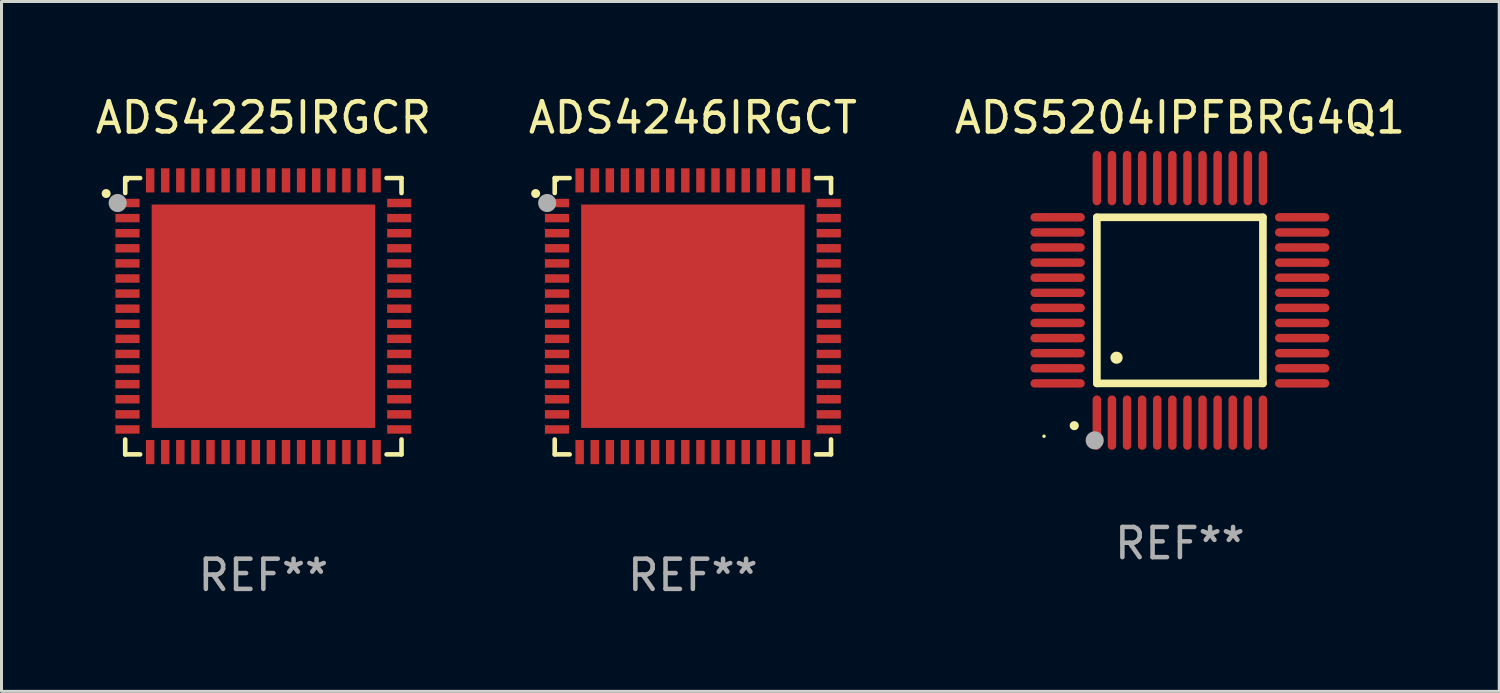
<source format=kicad_pcb>
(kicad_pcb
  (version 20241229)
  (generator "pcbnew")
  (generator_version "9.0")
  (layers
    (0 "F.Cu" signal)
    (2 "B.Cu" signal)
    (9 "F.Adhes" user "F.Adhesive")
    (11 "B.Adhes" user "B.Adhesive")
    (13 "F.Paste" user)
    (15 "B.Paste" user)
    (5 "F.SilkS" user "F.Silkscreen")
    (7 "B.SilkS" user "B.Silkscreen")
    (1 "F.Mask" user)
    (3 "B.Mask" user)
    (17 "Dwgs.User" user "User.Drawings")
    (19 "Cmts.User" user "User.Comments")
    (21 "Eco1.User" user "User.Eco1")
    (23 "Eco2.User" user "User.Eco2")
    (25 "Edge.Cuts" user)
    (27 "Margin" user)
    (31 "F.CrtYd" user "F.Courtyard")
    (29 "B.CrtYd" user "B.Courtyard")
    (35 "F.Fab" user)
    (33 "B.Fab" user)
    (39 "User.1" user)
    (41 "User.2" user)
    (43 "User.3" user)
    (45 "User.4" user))
  (footprint "ADS5204IPFBRG4Q1"
    (layer "F.Cu")
    (at 36.03 6.898)
    (property "Reference" "ADS5204IPFBRG4Q1" (at 0 -6.05 0) (layer "F.SilkS") (effects (font (size 1 1) (thickness 0.15))))
    (attr through_hole)
    (fp_line (start -2.75 -2.75) (end 2.75 -2.75) (stroke (width 0.254) (type solid)) (layer "F.SilkS"))
    (fp_line (start -2.75 2.75) (end -2.75 -2.75) (stroke (width 0.254) (type solid)) (layer "F.SilkS"))
    (fp_line (start 2.75 -2.75) (end 2.75 2.75) (stroke (width 0.254) (type solid)) (layer "F.SilkS"))
    (fp_line (start 2.75 2.75) (end -2.75 2.75) (stroke (width 0.254) (type solid)) (layer "F.SilkS"))
    (fp_arc (start -3.500127 4.150368) (mid -3.498857 4.150363) (end -3.497587 4.150368) (stroke (width 0.3) (type solid)) (layer "F.SilkS"))
    (fp_arc (start -2.100584 1.899924) (mid -2.098044 1.899908) (end -2.095504 1.899924) (stroke (width 0.4) (type solid)) (layer "F.SilkS"))
    (fp_circle (center -4.5 4.5) (end -4.47 4.5) (stroke (width 0.06) (type solid)) (fill no) (layer "F.SilkS"))
    (fp_circle (center -2.822 4.638) (end -2.672 4.638) (stroke (width 0.3) (type solid)) (fill no) (layer "F.Fab"))
    (fp_text user "REF**" (at 0 8.05 0) (layer "F.Fab") (effects (font (size 1 1) (thickness 0.15))))
    (pad "1" smd oval (at -2.75 4.05) (size 0.28 1.8) (layers "F.Cu" "F.Mask" "F.Paste"))
    (pad "2" smd oval (at -2.25 4.05) (size 0.28 1.8) (layers "F.Cu" "F.Mask" "F.Paste"))
    (pad "3" smd oval (at -1.75 4.05) (size 0.28 1.8) (layers "F.Cu" "F.Mask" "F.Paste"))
    (pad "4" smd oval (at -1.25 4.05) (size 0.28 1.8) (layers "F.Cu" "F.Mask" "F.Paste"))
    (pad "5" smd oval (at -0.75 4.05) (size 0.28 1.8) (layers "F.Cu" "F.Mask" "F.Paste"))
    (pad "6" smd oval (at -0.25 4.05) (size 0.28 1.8) (layers "F.Cu" "F.Mask" "F.Paste"))
    (pad "7" smd oval (at 0.25 4.05) (size 0.28 1.8) (layers "F.Cu" "F.Mask" "F.Paste"))
    (pad "8" smd oval (at 0.75 4.05) (size 0.28 1.8) (layers "F.Cu" "F.Mask" "F.Paste"))
    (pad "9" smd oval (at 1.25 4.05) (size 0.28 1.8) (layers "F.Cu" "F.Mask" "F.Paste"))
    (pad "10" smd oval (at 1.75 4.05) (size 0.28 1.8) (layers "F.Cu" "F.Mask" "F.Paste"))
    (pad "11" smd oval (at 2.25 4.05) (size 0.28 1.8) (layers "F.Cu" "F.Mask" "F.Paste"))
    (pad "12" smd oval (at 2.75 4.05) (size 0.28 1.8) (layers "F.Cu" "F.Mask" "F.Paste"))
    (pad "13" smd oval (at 4.05 2.75) (size 1.8 0.28) (layers "F.Cu" "F.Mask" "F.Paste"))
    (pad "14" smd oval (at 4.05 2.25) (size 1.8 0.28) (layers "F.Cu" "F.Mask" "F.Paste"))
    (pad "15" smd oval (at 4.05 1.75) (size 1.8 0.28) (layers "F.Cu" "F.Mask" "F.Paste"))
    (pad "16" smd oval (at 4.05 1.25) (size 1.8 0.28) (layers "F.Cu" "F.Mask" "F.Paste"))
    (pad "17" smd oval (at 4.05 0.75) (size 1.8 0.28) (layers "F.Cu" "F.Mask" "F.Paste"))
    (pad "18" smd oval (at 4.05 0.25) (size 1.8 0.28) (layers "F.Cu" "F.Mask" "F.Paste"))
    (pad "19" smd oval (at 4.05 -0.25) (size 1.8 0.28) (layers "F.Cu" "F.Mask" "F.Paste"))
    (pad "20" smd oval (at 4.05 -0.75) (size 1.8 0.28) (layers "F.Cu" "F.Mask" "F.Paste"))
    (pad "21" smd oval (at 4.05 -1.25) (size 1.8 0.28) (layers "F.Cu" "F.Mask" "F.Paste"))
    (pad "22" smd oval (at 4.05 -1.75) (size 1.8 0.28) (layers "F.Cu" "F.Mask" "F.Paste"))
    (pad "23" smd oval (at 4.05 -2.25) (size 1.8 0.28) (layers "F.Cu" "F.Mask" "F.Paste"))
    (pad "24" smd oval (at 4.05 -2.75) (size 1.8 0.28) (layers "F.Cu" "F.Mask" "F.Paste"))
    (pad "25" smd oval (at 2.75 -4.05) (size 0.28 1.8) (layers "F.Cu" "F.Mask" "F.Paste"))
    (pad "26" smd oval (at 2.25 -4.05) (size 0.28 1.8) (layers "F.Cu" "F.Mask" "F.Paste"))
    (pad "27" smd oval (at 1.75 -4.05) (size 0.28 1.8) (layers "F.Cu" "F.Mask" "F.Paste"))
    (pad "28" smd oval (at 1.25 -4.05) (size 0.28 1.8) (layers "F.Cu" "F.Mask" "F.Paste"))
    (pad "29" smd oval (at 0.75 -4.05) (size 0.28 1.8) (layers "F.Cu" "F.Mask" "F.Paste"))
    (pad "30" smd oval (at 0.25 -4.05) (size 0.28 1.8) (layers "F.Cu" "F.Mask" "F.Paste"))
    (pad "31" smd oval (at -0.25 -4.05) (size 0.28 1.8) (layers "F.Cu" "F.Mask" "F.Paste"))
    (pad "32" smd oval (at -0.75 -4.05) (size 0.28 1.8) (layers "F.Cu" "F.Mask" "F.Paste"))
    (pad "33" smd oval (at -1.25 -4.05) (size 0.28 1.8) (layers "F.Cu" "F.Mask" "F.Paste"))
    (pad "34" smd oval (at -1.75 -4.05) (size 0.28 1.8) (layers "F.Cu" "F.Mask" "F.Paste"))
    (pad "35" smd oval (at -2.25 -4.05) (size 0.28 1.8) (layers "F.Cu" "F.Mask" "F.Paste"))
    (pad "36" smd oval (at -2.75 -4.05) (size 0.28 1.8) (layers "F.Cu" "F.Mask" "F.Paste"))
    (pad "37" smd oval (at -4.05 -2.75) (size 1.8 0.28) (layers "F.Cu" "F.Mask" "F.Paste"))
    (pad "38" smd oval (at -4.05 -2.25) (size 1.8 0.28) (layers "F.Cu" "F.Mask" "F.Paste"))
    (pad "39" smd oval (at -4.05 -1.75) (size 1.8 0.28) (layers "F.Cu" "F.Mask" "F.Paste"))
    (pad "40" smd oval (at -4.05 -1.25) (size 1.8 0.28) (layers "F.Cu" "F.Mask" "F.Paste"))
    (pad "41" smd oval (at -4.05 -0.75) (size 1.8 0.28) (layers "F.Cu" "F.Mask" "F.Paste"))
    (pad "42" smd oval (at -4.05 -0.25) (size 1.8 0.28) (layers "F.Cu" "F.Mask" "F.Paste"))
    (pad "43" smd oval (at -4.05 0.25) (size 1.8 0.28) (layers "F.Cu" "F.Mask" "F.Paste"))
    (pad "44" smd oval (at -4.05 0.75) (size 1.8 0.28) (layers "F.Cu" "F.Mask" "F.Paste"))
    (pad "45" smd oval (at -4.05 1.25) (size 1.8 0.28) (layers "F.Cu" "F.Mask" "F.Paste"))
    (pad "46" smd oval (at -4.05 1.75) (size 1.8 0.28) (layers "F.Cu" "F.Mask" "F.Paste"))
    (pad "47" smd oval (at -4.05 2.25) (size 1.8 0.28) (layers "F.Cu" "F.Mask" "F.Paste"))
    (pad "48" smd oval (at -4.05 2.75) (size 1.8 0.28) (layers "F.Cu" "F.Mask" "F.Paste")))
  (footprint "ADS4246IRGCT"
    (layer "F.Cu")
    (at 19.899 7.424)
    (property "Reference" "ADS4246IRGCT" (at 0 -6.576 0) (layer "F.SilkS") (effects (font (size 1 1) (thickness 0.15))))
    (attr through_hole)
    (fp_line (start -4.576 -4.576) (end -4.576 -4.081) (stroke (width 0.152) (type solid)) (layer "F.SilkS"))
    (fp_line (start -4.576 4.576) (end -4.576 4.081) (stroke (width 0.152) (type solid)) (layer "F.SilkS"))
    (fp_line (start -4.081 -4.576) (end -4.576 -4.576) (stroke (width 0.152) (type solid)) (layer "F.SilkS"))
    (fp_line (start -4.081 4.576) (end -4.576 4.576) (stroke (width 0.152) (type solid)) (layer "F.SilkS"))
    (fp_line (start 4.081 -4.576) (end 4.576 -4.576) (stroke (width 0.152) (type solid)) (layer "F.SilkS"))
    (fp_line (start 4.081 4.576) (end 4.576 4.576) (stroke (width 0.152) (type solid)) (layer "F.SilkS"))
    (fp_line (start 4.576 -4.576) (end 4.576 -4.081) (stroke (width 0.152) (type solid)) (layer "F.SilkS"))
    (fp_line (start 4.576 4.576) (end 4.576 4.081) (stroke (width 0.152) (type solid)) (layer "F.SilkS"))
    (fp_circle (center -5.207 -4.064) (end -5.132 -4.064) (stroke (width 0.15) (type solid)) (fill no) (layer "F.SilkS"))
    (fp_circle (center -4.5 -4.5) (end -4.47 -4.5) (stroke (width 0.06) (type solid)) (fill no) (layer "F.SilkS"))
    (fp_circle (center -4.826 -3.75) (end -4.676 -3.75) (stroke (width 0.3) (type solid)) (fill no) (layer "F.Fab"))
    (fp_text user "REF**" (at 0 8.576 0) (layer "F.Fab") (effects (font (size 1 1) (thickness 0.15))))
    (pad "1" smd rect (at -4.5 -3.75) (size 0.8 0.28) (layers "F.Cu" "F.Mask" "F.Paste"))
    (pad "2" smd rect (at -4.5 -3.25) (size 0.8 0.28) (layers "F.Cu" "F.Mask" "F.Paste"))
    (pad "3" smd rect (at -4.5 -2.75) (size 0.8 0.28) (layers "F.Cu" "F.Mask" "F.Paste"))
    (pad "4" smd rect (at -4.5 -2.25) (size 0.8 0.28) (layers "F.Cu" "F.Mask" "F.Paste"))
    (pad "5" smd rect (at -4.5 -1.75) (size 0.8 0.28) (layers "F.Cu" "F.Mask" "F.Paste"))
    (pad "6" smd rect (at -4.5 -1.25) (size 0.8 0.28) (layers "F.Cu" "F.Mask" "F.Paste"))
    (pad "7" smd rect (at -4.5 -0.75) (size 0.8 0.28) (layers "F.Cu" "F.Mask" "F.Paste"))
    (pad "8" smd rect (at -4.5 -0.25) (size 0.8 0.28) (layers "F.Cu" "F.Mask" "F.Paste"))
    (pad "9" smd rect (at -4.5 0.25) (size 0.8 0.28) (layers "F.Cu" "F.Mask" "F.Paste"))
    (pad "10" smd rect (at -4.5 0.75) (size 0.8 0.28) (layers "F.Cu" "F.Mask" "F.Paste"))
    (pad "11" smd rect (at -4.5 1.25) (size 0.8 0.28) (layers "F.Cu" "F.Mask" "F.Paste"))
    (pad "12" smd rect (at -4.5 1.75) (size 0.8 0.28) (layers "F.Cu" "F.Mask" "F.Paste"))
    (pad "13" smd rect (at -4.5 2.25) (size 0.8 0.28) (layers "F.Cu" "F.Mask" "F.Paste"))
    (pad "14" smd rect (at -4.5 2.75) (size 0.8 0.28) (layers "F.Cu" "F.Mask" "F.Paste"))
    (pad "15" smd rect (at -4.5 3.25) (size 0.8 0.28) (layers "F.Cu" "F.Mask" "F.Paste"))
    (pad "16" smd rect (at -4.5 3.75) (size 0.8 0.28) (layers "F.Cu" "F.Mask" "F.Paste"))
    (pad "17" smd rect (at -3.75 4.5) (size 0.28 0.8) (layers "F.Cu" "F.Mask" "F.Paste"))
    (pad "18" smd rect (at -3.25 4.5) (size 0.28 0.8) (layers "F.Cu" "F.Mask" "F.Paste"))
    (pad "19" smd rect (at -2.75 4.5) (size 0.28 0.8) (layers "F.Cu" "F.Mask" "F.Paste"))
    (pad "20" smd rect (at -2.25 4.5) (size 0.28 0.8) (layers "F.Cu" "F.Mask" "F.Paste"))
    (pad "21" smd rect (at -1.75 4.5) (size 0.28 0.8) (layers "F.Cu" "F.Mask" "F.Paste"))
    (pad "22" smd rect (at -1.25 4.5) (size 0.28 0.8) (layers "F.Cu" "F.Mask" "F.Paste"))
    (pad "23" smd rect (at -0.75 4.5) (size 0.28 0.8) (layers "F.Cu" "F.Mask" "F.Paste"))
    (pad "24" smd rect (at -0.25 4.5) (size 0.28 0.8) (layers "F.Cu" "F.Mask" "F.Paste"))
    (pad "25" smd rect (at 0.25 4.5) (size 0.28 0.8) (layers "F.Cu" "F.Mask" "F.Paste"))
    (pad "26" smd rect (at 0.75 4.5) (size 0.28 0.8) (layers "F.Cu" "F.Mask" "F.Paste"))
    (pad "27" smd rect (at 1.25 4.5) (size 0.28 0.8) (layers "F.Cu" "F.Mask" "F.Paste"))
    (pad "28" smd rect (at 1.75 4.5) (size 0.28 0.8) (layers "F.Cu" "F.Mask" "F.Paste"))
    (pad "29" smd rect (at 2.25 4.5) (size 0.28 0.8) (layers "F.Cu" "F.Mask" "F.Paste"))
    (pad "30" smd rect (at 2.75 4.5) (size 0.28 0.8) (layers "F.Cu" "F.Mask" "F.Paste"))
    (pad "31" smd rect (at 3.25 4.5) (size 0.28 0.8) (layers "F.Cu" "F.Mask" "F.Paste"))
    (pad "32" smd rect (at 3.75 4.5) (size 0.28 0.8) (layers "F.Cu" "F.Mask" "F.Paste"))
    (pad "33" smd rect (at 4.5 3.75) (size 0.8 0.28) (layers "F.Cu" "F.Mask" "F.Paste"))
    (pad "34" smd rect (at 4.5 3.25) (size 0.8 0.28) (layers "F.Cu" "F.Mask" "F.Paste"))
    (pad "35" smd rect (at 4.5 2.75) (size 0.8 0.28) (layers "F.Cu" "F.Mask" "F.Paste"))
    (pad "36" smd rect (at 4.5 2.25) (size 0.8 0.28) (layers "F.Cu" "F.Mask" "F.Paste"))
    (pad "37" smd rect (at 4.5 1.75) (size 0.8 0.28) (layers "F.Cu" "F.Mask" "F.Paste"))
    (pad "38" smd rect (at 4.5 1.25) (size 0.8 0.28) (layers "F.Cu" "F.Mask" "F.Paste"))
    (pad "39" smd rect (at 4.5 0.75) (size 0.8 0.28) (layers "F.Cu" "F.Mask" "F.Paste"))
    (pad "40" smd rect (at 4.5 0.25) (size 0.8 0.28) (layers "F.Cu" "F.Mask" "F.Paste"))
    (pad "41" smd rect (at 4.5 -0.25) (size 0.8 0.28) (layers "F.Cu" "F.Mask" "F.Paste"))
    (pad "42" smd rect (at 4.5 -0.75) (size 0.8 0.28) (layers "F.Cu" "F.Mask" "F.Paste"))
    (pad "43" smd rect (at 4.5 -1.25) (size 0.8 0.28) (layers "F.Cu" "F.Mask" "F.Paste"))
    (pad "44" smd rect (at 4.5 -1.75) (size 0.8 0.28) (layers "F.Cu" "F.Mask" "F.Paste"))
    (pad "45" smd rect (at 4.5 -2.25) (size 0.8 0.28) (layers "F.Cu" "F.Mask" "F.Paste"))
    (pad "46" smd rect (at 4.5 -2.75) (size 0.8 0.28) (layers "F.Cu" "F.Mask" "F.Paste"))
    (pad "47" smd rect (at 4.5 -3.25) (size 0.8 0.28) (layers "F.Cu" "F.Mask" "F.Paste"))
    (pad "48" smd rect (at 4.5 -3.75) (size 0.8 0.28) (layers "F.Cu" "F.Mask" "F.Paste"))
    (pad "49" smd rect (at 3.75 -4.5) (size 0.28 0.8) (layers "F.Cu" "F.Mask" "F.Paste"))
    (pad "50" smd rect (at 3.25 -4.5) (size 0.28 0.8) (layers "F.Cu" "F.Mask" "F.Paste"))
    (pad "51" smd rect (at 2.75 -4.5) (size 0.28 0.8) (layers "F.Cu" "F.Mask" "F.Paste"))
    (pad "52" smd rect (at 2.25 -4.5) (size 0.28 0.8) (layers "F.Cu" "F.Mask" "F.Paste"))
    (pad "53" smd rect (at 1.75 -4.5) (size 0.28 0.8) (layers "F.Cu" "F.Mask" "F.Paste"))
    (pad "54" smd rect (at 1.25 -4.5) (size 0.28 0.8) (layers "F.Cu" "F.Mask" "F.Paste"))
    (pad "55" smd rect (at 0.75 -4.5) (size 0.28 0.8) (layers "F.Cu" "F.Mask" "F.Paste"))
    (pad "56" smd rect (at 0.25 -4.5) (size 0.28 0.8) (layers "F.Cu" "F.Mask" "F.Paste"))
    (pad "57" smd rect (at -0.25 -4.5) (size 0.28 0.8) (layers "F.Cu" "F.Mask" "F.Paste"))
    (pad "58" smd rect (at -0.75 -4.5) (size 0.28 0.8) (layers "F.Cu" "F.Mask" "F.Paste"))
    (pad "59" smd rect (at -1.25 -4.5) (size 0.28 0.8) (layers "F.Cu" "F.Mask" "F.Paste"))
    (pad "60" smd rect (at -1.75 -4.5) (size 0.28 0.8) (layers "F.Cu" "F.Mask" "F.Paste"))
    (pad "61" smd rect (at -2.25 -4.5) (size 0.28 0.8) (layers "F.Cu" "F.Mask" "F.Paste"))
    (pad "62" smd rect (at -2.75 -4.5) (size 0.28 0.8) (layers "F.Cu" "F.Mask" "F.Paste"))
    (pad "63" smd rect (at -3.25 -4.5) (size 0.28 0.8) (layers "F.Cu" "F.Mask" "F.Paste"))
    (pad "64" smd rect (at -3.75 -4.5) (size 0.28 0.8) (layers "F.Cu" "F.Mask" "F.Paste"))
    (pad "65" smd rect (at 0 0) (size 7.4 7.4) (layers "F.Cu" "F.Mask" "F.Paste")))
  (footprint "ADS4225IRGCR"
    (layer "F.Cu")
    (at 5.673 7.424)
    (property "Reference" "ADS4225IRGCR" (at 0 -6.576 0) (layer "F.SilkS") (effects (font (size 1 1) (thickness 0.15))))
    (attr through_hole)
    (fp_line (start -4.576 -4.576) (end -4.576 -4.081) (stroke (width 0.152) (type solid)) (layer "F.SilkS"))
    (fp_line (start -4.576 4.576) (end -4.576 4.081) (stroke (width 0.152) (type solid)) (layer "F.SilkS"))
    (fp_line (start -4.081 -4.576) (end -4.576 -4.576) (stroke (width 0.152) (type solid)) (layer "F.SilkS"))
    (fp_line (start -4.081 4.576) (end -4.576 4.576) (stroke (width 0.152) (type solid)) (layer "F.SilkS"))
    (fp_line (start 4.081 -4.576) (end 4.576 -4.576) (stroke (width 0.152) (type solid)) (layer "F.SilkS"))
    (fp_line (start 4.081 4.576) (end 4.576 4.576) (stroke (width 0.152) (type solid)) (layer "F.SilkS"))
    (fp_line (start 4.576 -4.576) (end 4.576 -4.081) (stroke (width 0.152) (type solid)) (layer "F.SilkS"))
    (fp_line (start 4.576 4.576) (end 4.576 4.081) (stroke (width 0.152) (type solid)) (layer "F.SilkS"))
    (fp_circle (center -5.207 -4.064) (end -5.132 -4.064) (stroke (width 0.15) (type solid)) (fill no) (layer "F.SilkS"))
    (fp_circle (center -4.5 -4.5) (end -4.47 -4.5) (stroke (width 0.06) (type solid)) (fill no) (layer "F.SilkS"))
    (fp_circle (center -4.826 -3.75) (end -4.676 -3.75) (stroke (width 0.3) (type solid)) (fill no) (layer "F.Fab"))
    (fp_text user "REF**" (at 0 8.576 0) (layer "F.Fab") (effects (font (size 1 1) (thickness 0.15))))
    (pad "1" smd rect (at -4.5 -3.75) (size 0.8 0.28) (layers "F.Cu" "F.Mask" "F.Paste"))
    (pad "2" smd rect (at -4.5 -3.25) (size 0.8 0.28) (layers "F.Cu" "F.Mask" "F.Paste"))
    (pad "3" smd rect (at -4.5 -2.75) (size 0.8 0.28) (layers "F.Cu" "F.Mask" "F.Paste"))
    (pad "4" smd rect (at -4.5 -2.25) (size 0.8 0.28) (layers "F.Cu" "F.Mask" "F.Paste"))
    (pad "5" smd rect (at -4.5 -1.75) (size 0.8 0.28) (layers "F.Cu" "F.Mask" "F.Paste"))
    (pad "6" smd rect (at -4.5 -1.25) (size 0.8 0.28) (layers "F.Cu" "F.Mask" "F.Paste"))
    (pad "7" smd rect (at -4.5 -0.75) (size 0.8 0.28) (layers "F.Cu" "F.Mask" "F.Paste"))
    (pad "8" smd rect (at -4.5 -0.25) (size 0.8 0.28) (layers "F.Cu" "F.Mask" "F.Paste"))
    (pad "9" smd rect (at -4.5 0.25) (size 0.8 0.28) (layers "F.Cu" "F.Mask" "F.Paste"))
    (pad "10" smd rect (at -4.5 0.75) (size 0.8 0.28) (layers "F.Cu" "F.Mask" "F.Paste"))
    (pad "11" smd rect (at -4.5 1.25) (size 0.8 0.28) (layers "F.Cu" "F.Mask" "F.Paste"))
    (pad "12" smd rect (at -4.5 1.75) (size 0.8 0.28) (layers "F.Cu" "F.Mask" "F.Paste"))
    (pad "13" smd rect (at -4.5 2.25) (size 0.8 0.28) (layers "F.Cu" "F.Mask" "F.Paste"))
    (pad "14" smd rect (at -4.5 2.75) (size 0.8 0.28) (layers "F.Cu" "F.Mask" "F.Paste"))
    (pad "15" smd rect (at -4.5 3.25) (size 0.8 0.28) (layers "F.Cu" "F.Mask" "F.Paste"))
    (pad "16" smd rect (at -4.5 3.75) (size 0.8 0.28) (layers "F.Cu" "F.Mask" "F.Paste"))
    (pad "17" smd rect (at -3.75 4.5) (size 0.28 0.8) (layers "F.Cu" "F.Mask" "F.Paste"))
    (pad "18" smd rect (at -3.25 4.5) (size 0.28 0.8) (layers "F.Cu" "F.Mask" "F.Paste"))
    (pad "19" smd rect (at -2.75 4.5) (size 0.28 0.8) (layers "F.Cu" "F.Mask" "F.Paste"))
    (pad "20" smd rect (at -2.25 4.5) (size 0.28 0.8) (layers "F.Cu" "F.Mask" "F.Paste"))
    (pad "21" smd rect (at -1.75 4.5) (size 0.28 0.8) (layers "F.Cu" "F.Mask" "F.Paste"))
    (pad "22" smd rect (at -1.25 4.5) (size 0.28 0.8) (layers "F.Cu" "F.Mask" "F.Paste"))
    (pad "23" smd rect (at -0.75 4.5) (size 0.28 0.8) (layers "F.Cu" "F.Mask" "F.Paste"))
    (pad "24" smd rect (at -0.25 4.5) (size 0.28 0.8) (layers "F.Cu" "F.Mask" "F.Paste"))
    (pad "25" smd rect (at 0.25 4.5) (size 0.28 0.8) (layers "F.Cu" "F.Mask" "F.Paste"))
    (pad "26" smd rect (at 0.75 4.5) (size 0.28 0.8) (layers "F.Cu" "F.Mask" "F.Paste"))
    (pad "27" smd rect (at 1.25 4.5) (size 0.28 0.8) (layers "F.Cu" "F.Mask" "F.Paste"))
    (pad "28" smd rect (at 1.75 4.5) (size 0.28 0.8) (layers "F.Cu" "F.Mask" "F.Paste"))
    (pad "29" smd rect (at 2.25 4.5) (size 0.28 0.8) (layers "F.Cu" "F.Mask" "F.Paste"))
    (pad "30" smd rect (at 2.75 4.5) (size 0.28 0.8) (layers "F.Cu" "F.Mask" "F.Paste"))
    (pad "31" smd rect (at 3.25 4.5) (size 0.28 0.8) (layers "F.Cu" "F.Mask" "F.Paste"))
    (pad "32" smd rect (at 3.75 4.5) (size 0.28 0.8) (layers "F.Cu" "F.Mask" "F.Paste"))
    (pad "33" smd rect (at 4.5 3.75) (size 0.8 0.28) (layers "F.Cu" "F.Mask" "F.Paste"))
    (pad "34" smd rect (at 4.5 3.25) (size 0.8 0.28) (layers "F.Cu" "F.Mask" "F.Paste"))
    (pad "35" smd rect (at 4.5 2.75) (size 0.8 0.28) (layers "F.Cu" "F.Mask" "F.Paste"))
    (pad "36" smd rect (at 4.5 2.25) (size 0.8 0.28) (layers "F.Cu" "F.Mask" "F.Paste"))
    (pad "37" smd rect (at 4.5 1.75) (size 0.8 0.28) (layers "F.Cu" "F.Mask" "F.Paste"))
    (pad "38" smd rect (at 4.5 1.25) (size 0.8 0.28) (layers "F.Cu" "F.Mask" "F.Paste"))
    (pad "39" smd rect (at 4.5 0.75) (size 0.8 0.28) (layers "F.Cu" "F.Mask" "F.Paste"))
    (pad "40" smd rect (at 4.5 0.25) (size 0.8 0.28) (layers "F.Cu" "F.Mask" "F.Paste"))
    (pad "41" smd rect (at 4.5 -0.25) (size 0.8 0.28) (layers "F.Cu" "F.Mask" "F.Paste"))
    (pad "42" smd rect (at 4.5 -0.75) (size 0.8 0.28) (layers "F.Cu" "F.Mask" "F.Paste"))
    (pad "43" smd rect (at 4.5 -1.25) (size 0.8 0.28) (layers "F.Cu" "F.Mask" "F.Paste"))
    (pad "44" smd rect (at 4.5 -1.75) (size 0.8 0.28) (layers "F.Cu" "F.Mask" "F.Paste"))
    (pad "45" smd rect (at 4.5 -2.25) (size 0.8 0.28) (layers "F.Cu" "F.Mask" "F.Paste"))
    (pad "46" smd rect (at 4.5 -2.75) (size 0.8 0.28) (layers "F.Cu" "F.Mask" "F.Paste"))
    (pad "47" smd rect (at 4.5 -3.25) (size 0.8 0.28) (layers "F.Cu" "F.Mask" "F.Paste"))
    (pad "48" smd rect (at 4.5 -3.75) (size 0.8 0.28) (layers "F.Cu" "F.Mask" "F.Paste"))
    (pad "49" smd rect (at 3.75 -4.5) (size 0.28 0.8) (layers "F.Cu" "F.Mask" "F.Paste"))
    (pad "50" smd rect (at 3.25 -4.5) (size 0.28 0.8) (layers "F.Cu" "F.Mask" "F.Paste"))
    (pad "51" smd rect (at 2.75 -4.5) (size 0.28 0.8) (layers "F.Cu" "F.Mask" "F.Paste"))
    (pad "52" smd rect (at 2.25 -4.5) (size 0.28 0.8) (layers "F.Cu" "F.Mask" "F.Paste"))
    (pad "53" smd rect (at 1.75 -4.5) (size 0.28 0.8) (layers "F.Cu" "F.Mask" "F.Paste"))
    (pad "54" smd rect (at 1.25 -4.5) (size 0.28 0.8) (layers "F.Cu" "F.Mask" "F.Paste"))
    (pad "55" smd rect (at 0.75 -4.5) (size 0.28 0.8) (layers "F.Cu" "F.Mask" "F.Paste"))
    (pad "56" smd rect (at 0.25 -4.5) (size 0.28 0.8) (layers "F.Cu" "F.Mask" "F.Paste"))
    (pad "57" smd rect (at -0.25 -4.5) (size 0.28 0.8) (layers "F.Cu" "F.Mask" "F.Paste"))
    (pad "58" smd rect (at -0.75 -4.5) (size 0.28 0.8) (layers "F.Cu" "F.Mask" "F.Paste"))
    (pad "59" smd rect (at -1.25 -4.5) (size 0.28 0.8) (layers "F.Cu" "F.Mask" "F.Paste"))
    (pad "60" smd rect (at -1.75 -4.5) (size 0.28 0.8) (layers "F.Cu" "F.Mask" "F.Paste"))
    (pad "61" smd rect (at -2.25 -4.5) (size 0.28 0.8) (layers "F.Cu" "F.Mask" "F.Paste"))
    (pad "62" smd rect (at -2.75 -4.5) (size 0.28 0.8) (layers "F.Cu" "F.Mask" "F.Paste"))
    (pad "63" smd rect (at -3.25 -4.5) (size 0.28 0.8) (layers "F.Cu" "F.Mask" "F.Paste"))
    (pad "64" smd rect (at -3.75 -4.5) (size 0.28 0.8) (layers "F.Cu" "F.Mask" "F.Paste"))
    (pad "65" smd rect (at 0 0) (size 7.4 7.4) (layers "F.Cu" "F.Mask" "F.Paste")))
  (gr_rect
    (start -3 -3)
    (end 46.607 19.849)
    (stroke (width 0.1) (type default))
    (fill no)
    (layer "Edge.Cuts")))
</source>
